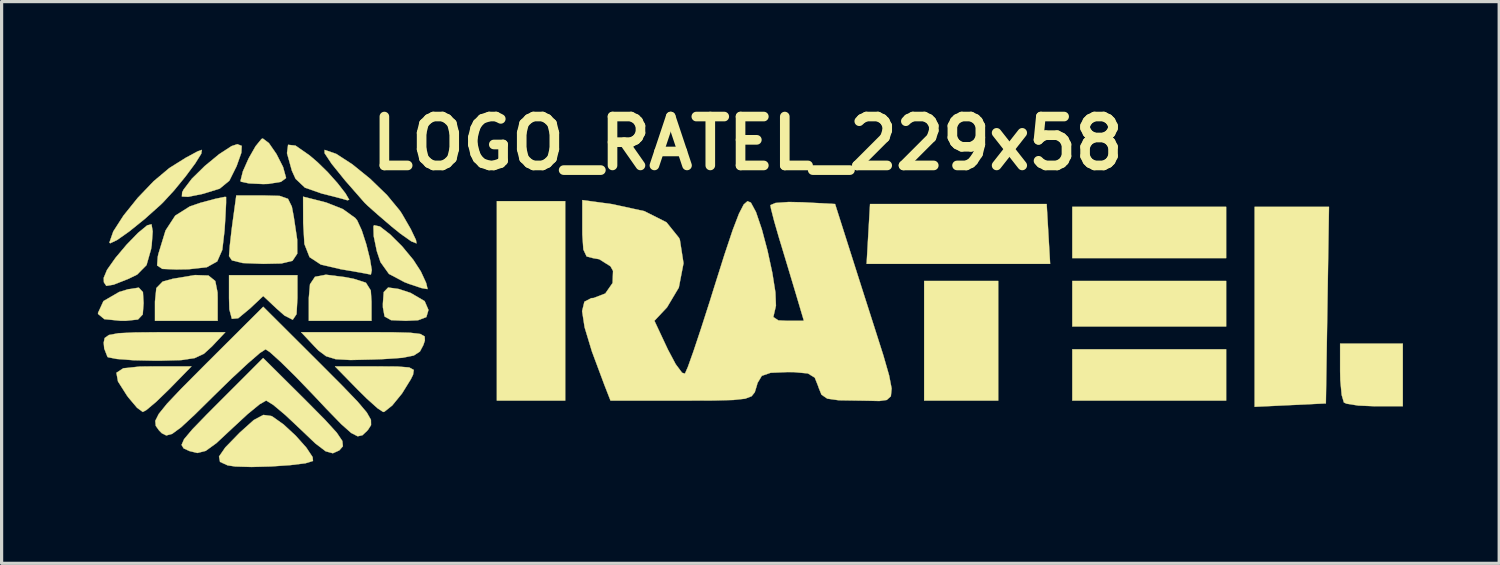
<source format=kicad_pcb>
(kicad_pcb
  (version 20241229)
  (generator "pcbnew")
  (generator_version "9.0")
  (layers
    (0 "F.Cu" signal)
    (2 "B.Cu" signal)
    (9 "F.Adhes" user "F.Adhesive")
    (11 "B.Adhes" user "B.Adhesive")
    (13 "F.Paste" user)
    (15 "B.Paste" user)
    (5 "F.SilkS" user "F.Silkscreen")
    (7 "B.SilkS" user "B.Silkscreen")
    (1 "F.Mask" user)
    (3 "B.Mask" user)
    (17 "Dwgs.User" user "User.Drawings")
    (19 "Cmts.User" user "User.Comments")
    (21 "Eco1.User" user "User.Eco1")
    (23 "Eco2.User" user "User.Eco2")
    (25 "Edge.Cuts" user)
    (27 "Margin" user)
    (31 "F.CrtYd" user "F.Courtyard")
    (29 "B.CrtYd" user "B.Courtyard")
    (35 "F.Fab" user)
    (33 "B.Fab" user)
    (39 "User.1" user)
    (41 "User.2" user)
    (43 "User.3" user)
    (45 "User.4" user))
  (footprint "LOGO_RATEL_229x58"
    (layer "F.Cu")
    (at 20.254 6.418)
    (property "Reference" "LOGO_RATEL_229x58" (at 0 -5 0) (layer "F.SilkS") (effects (font (size 1.524 1.524) (thickness 0.3))))
    (attr through_hole)
    (fp_poly (pts (xy -5.684 3.02) (xy -7.815 3.02) (xy -7.815 -3.197) (xy -5.684 -3.197) (xy -5.684 3.02)) (stroke (width 0.01) (type solid)) (fill yes) (layer "F.SilkS"))
    (fp_poly (pts (xy 7.815 3.02) (xy 5.506 3.02) (xy 5.506 -0.71) (xy 7.815 -0.71) (xy 7.815 3.02)) (stroke (width 0.01) (type solid)) (fill yes) (layer "F.SilkS"))
    (fp_poly (pts (xy 14.92 -1.421) (xy 10.124 -1.421) (xy 10.124 -3.02) (xy 14.92 -3.02) (xy 14.92 -1.421)) (stroke (width 0.01) (type solid)) (fill yes) (layer "F.SilkS"))
    (fp_poly (pts (xy 14.92 0.71) (xy 10.124 0.71) (xy 10.124 -0.71) (xy 14.92 -0.71) (xy 14.92 0.71)) (stroke (width 0.01) (type solid)) (fill yes) (layer "F.SilkS"))
    (fp_poly (pts (xy 14.92 3.02) (xy 10.124 3.02) (xy 10.124 1.421) (xy 14.92 1.421) (xy 14.92 3.02)) (stroke (width 0.01) (type solid)) (fill yes) (layer "F.SilkS"))
    (fp_poly (pts (xy 18.029 3.108) (xy 16.919 3.161) (xy 15.808 3.214) (xy 15.808 -3.02) (xy 18.126 -3.02) (xy 18.029 3.108)) (stroke (width 0.01) (type solid)) (fill yes) (layer "F.SilkS"))
    (fp_poly (pts (xy 9.379 -2.176) (xy 9.433 -1.243) (xy 3.712 -1.243) (xy 3.765 -2.176) (xy 3.819 -3.108) (xy 9.325 -3.108) (xy 9.379 -2.176)) (stroke (width 0.01) (type solid)) (fill yes) (layer "F.SilkS"))
    (fp_poly (pts (xy 20.427 3.197) (xy 19.568 3.197) (xy 19.042 3.175) (xy 18.675 3.117) (xy 18.591 3.079) (xy 18.522 2.845) (xy 18.479 2.385) (xy 18.473 2.102) (xy 18.473 1.243) (xy 20.427 1.243) (xy 20.427 3.197)) (stroke (width 0.01) (type solid)) (fill yes) (layer "F.SilkS"))
    (fp_poly (pts (xy -16.805 -0.879) (xy -16.593 -0.707) (xy -16.522 -0.35) (xy -16.519 -0.178) (xy -16.519 0.533) (xy -18.473 0.533) (xy -18.473 -0.067) (xy -18.43 -0.488) (xy -18.233 -0.69) (xy -17.918 -0.777) (xy -17.224 -0.893) (xy -16.805 -0.879)) (stroke (width 0.01) (type solid)) (fill yes) (layer "F.SilkS"))
    (fp_poly (pts (xy -12.553 -0.83) (xy -12.278 -0.777) (xy -11.896 -0.654) (xy -11.745 -0.412) (xy -11.723 -0.067) (xy -11.723 0.533) (xy -13.677 0.533) (xy -13.677 -0.178) (xy -13.64 -0.606) (xy -13.485 -0.839) (xy -13.144 -0.904) (xy -12.553 -0.83)) (stroke (width 0.01) (type solid)) (fill yes) (layer "F.SilkS"))
    (fp_poly (pts (xy -18.848 -0.361) (xy -18.828 -0.019) (xy -18.854 0.335) (xy -19.002 0.492) (xy -19.371 0.532) (xy -19.538 0.533) (xy -20.052 0.481) (xy -20.246 0.32) (xy -20.249 0.288) (xy -20.079 -0.082) (xy -19.589 -0.366) (xy -19.315 -0.449) (xy -18.977 -0.501) (xy -18.848 -0.361)) (stroke (width 0.01) (type solid)) (fill yes) (layer "F.SilkS"))
    (fp_poly (pts (xy -18.029 2.664) (xy -18.431 3.054) (xy -18.738 3.312) (xy -18.852 3.375) (xy -19.031 3.244) (xy -19.302 2.923) (xy -19.349 2.859) (xy -19.626 2.423) (xy -19.675 2.153) (xy -19.46 2.012) (xy -18.946 1.959) (xy -18.525 1.954) (xy -17.335 1.954) (xy -18.029 2.664)) (stroke (width 0.01) (type solid)) (fill yes) (layer "F.SilkS"))
    (fp_poly (pts (xy -14.032 -0.178) (xy -14.06 0.325) (xy -14.177 0.5) (xy -14.434 0.37) (xy -14.687 0.147) (xy -15.098 -0.24) (xy -15.509 0.147) (xy -15.878 0.453) (xy -16.076 0.471) (xy -16.154 0.176) (xy -16.164 -0.178) (xy -16.164 -0.888) (xy -14.032 -0.888) (xy -14.032 -0.178)) (stroke (width 0.01) (type solid)) (fill yes) (layer "F.SilkS"))
    (fp_poly (pts (xy -10.876 -0.459) (xy -10.506 -0.338) (xy -10.066 -0.081) (xy -9.947 0.195) (xy -10.013 0.417) (xy -10.272 0.515) (xy -10.657 0.533) (xy -11.113 0.512) (xy -11.315 0.398) (xy -11.367 0.114) (xy -11.368 0) (xy -11.341 -0.363) (xy -11.204 -0.505) (xy -10.876 -0.459)) (stroke (width 0.01) (type solid)) (fill yes) (layer "F.SilkS"))
    (fp_poly (pts (xy -10.915 1.958) (xy -10.546 1.987) (xy -10.405 2.064) (xy -10.427 2.213) (xy -10.496 2.353) (xy -10.772 2.799) (xy -11.077 3.173) (xy -11.321 3.367) (xy -11.359 3.375) (xy -11.536 3.258) (xy -11.872 2.956) (xy -12.167 2.664) (xy -12.861 1.954) (xy -11.575 1.954) (xy -10.915 1.958)) (stroke (width 0.01) (type solid)) (fill yes) (layer "F.SilkS"))
    (fp_poly (pts (xy -15.769 -4.921) (xy -15.78 -4.707) (xy -15.928 -4.289) (xy -16.153 -3.836) (xy -16.455 -3.587) (xy -16.972 -3.427) (xy -17.439 -3.332) (xy -17.634 -3.342) (xy -17.625 -3.472) (xy -17.583 -3.555) (xy -17.324 -3.896) (xy -16.919 -4.294) (xy -16.471 -4.663) (xy -16.084 -4.914) (xy -15.905 -4.973) (xy -15.769 -4.921)) (stroke (width 0.01) (type solid)) (fill yes) (layer "F.SilkS"))
    (fp_poly (pts (xy -18.544 -2.255) (xy -18.575 -1.827) (xy -18.594 -1.702) (xy -18.736 -1.204) (xy -19.027 -0.909) (xy -19.293 -0.779) (xy -19.761 -0.594) (xy -19.99 -0.556) (xy -20.065 -0.668) (xy -20.071 -0.806) (xy -19.967 -1.056) (xy -19.704 -1.429) (xy -19.358 -1.84) (xy -19.003 -2.206) (xy -18.717 -2.442) (xy -18.581 -2.476) (xy -18.544 -2.255)) (stroke (width 0.01) (type solid)) (fill yes) (layer "F.SilkS"))
    (fp_poly (pts (xy -14.921 -5.007) (xy -14.685 -4.666) (xy -14.48 -4.262) (xy -14.388 -3.93) (xy -14.387 -3.917) (xy -14.545 -3.8) (xy -14.939 -3.735) (xy -15.098 -3.73) (xy -15.543 -3.751) (xy -15.79 -3.803) (xy -15.808 -3.825) (xy -15.733 -4.125) (xy -15.552 -4.532) (xy -15.335 -4.912) (xy -15.152 -5.135) (xy -15.112 -5.151) (xy -14.921 -5.007)) (stroke (width 0.01) (type solid)) (fill yes) (layer "F.SilkS"))
    (fp_poly (pts (xy -14.092 -4.929) (xy -13.653 -4.623) (xy -13.41 -4.416) (xy -13.09 -4.104) (xy -12.778 -3.754) (xy -12.534 -3.44) (xy -12.418 -3.242) (xy -12.472 -3.224) (xy -12.659 -3.278) (xy -13.07 -3.384) (xy -13.271 -3.434) (xy -13.798 -3.618) (xy -14.09 -3.894) (xy -14.204 -4.145) (xy -14.357 -4.694) (xy -14.323 -4.954) (xy -14.092 -4.929)) (stroke (width 0.01) (type solid)) (fill yes) (layer "F.SilkS"))
    (fp_poly (pts (xy -14.587 -3.361) (xy -14.326 -3.27) (xy -14.206 -3.027) (xy -14.146 -2.709) (xy -14.039 -1.995) (xy -14.037 -1.561) (xy -14.186 -1.338) (xy -14.531 -1.255) (xy -15.098 -1.243) (xy -15.737 -1.268) (xy -16.074 -1.351) (xy -16.164 -1.485) (xy -16.141 -1.799) (xy -16.083 -2.308) (xy -16.051 -2.551) (xy -15.938 -3.375) (xy -15.097 -3.375) (xy -14.587 -3.361)) (stroke (width 0.01) (type solid)) (fill yes) (layer "F.SilkS"))
    (fp_poly (pts (xy -11.461 -2.408) (xy -11.143 -2.162) (xy -10.768 -1.789) (xy -10.417 -1.365) (xy -10.184 -1.005) (xy -10.019 -0.647) (xy -9.975 -0.46) (xy -9.978 -0.456) (xy -10.163 -0.488) (xy -10.554 -0.618) (xy -10.701 -0.675) (xy -11.179 -0.929) (xy -11.443 -1.298) (xy -11.557 -1.64) (xy -11.653 -2.104) (xy -11.662 -2.406) (xy -11.644 -2.447) (xy -11.461 -2.408)) (stroke (width 0.01) (type solid)) (fill yes) (layer "F.SilkS"))
    (fp_poly (pts (xy -13.132 -3.154) (xy -12.614 -2.949) (xy -12.227 -2.67) (xy -12.168 -2.595) (xy -12.027 -2.288) (xy -11.885 -1.851) (xy -11.772 -1.4) (xy -11.714 -1.047) (xy -11.742 -0.908) (xy -11.748 -0.909) (xy -11.945 -0.948) (xy -12.377 -1.024) (xy -12.683 -1.076) (xy -13.301 -1.22) (xy -13.654 -1.452) (xy -13.814 -1.86) (xy -13.852 -2.512) (xy -13.855 -3.337) (xy -13.132 -3.154)) (stroke (width 0.01) (type solid)) (fill yes) (layer "F.SilkS"))
    (fp_poly (pts (xy -11.079 0.89) (xy -10.518 0.905) (xy -10.199 0.944) (xy -10.065 1.021) (xy -10.059 1.147) (xy -10.106 1.288) (xy -10.213 1.49) (xy -10.405 1.615) (xy -10.762 1.686) (xy -11.364 1.727) (xy -11.661 1.738) (xy -12.379 1.755) (xy -12.839 1.729) (xy -13.138 1.637) (xy -13.375 1.46) (xy -13.493 1.339) (xy -13.916 0.888) (xy -11.937 0.888) (xy -11.079 0.89)) (stroke (width 0.01) (type solid)) (fill yes) (layer "F.SilkS"))
    (fp_poly (pts (xy -16.697 1.332) (xy -16.948 1.561) (xy -17.235 1.695) (xy -17.656 1.758) (xy -18.312 1.776) (xy -18.474 1.776) (xy -19.138 1.762) (xy -19.658 1.723) (xy -19.936 1.669) (xy -19.953 1.658) (xy -20.055 1.397) (xy -20.071 1.214) (xy -20.041 1.069) (xy -19.908 0.975) (xy -19.612 0.92) (xy -19.09 0.895) (xy -18.282 0.888) (xy -18.175 0.888) (xy -16.279 0.888) (xy -16.697 1.332)) (stroke (width 0.01) (type solid)) (fill yes) (layer "F.SilkS"))
    (fp_poly (pts (xy -16.256 -3.328) (xy -16.256 -3.143) (xy -16.277 -2.709) (xy -16.304 -2.281) (xy -16.374 -1.679) (xy -16.533 -1.318) (xy -16.858 -1.137) (xy -17.425 -1.074) (xy -17.81 -1.068) (xy -18.242 -1.085) (xy -18.406 -1.192) (xy -18.386 -1.463) (xy -18.366 -1.554) (xy -18.143 -2.283) (xy -17.841 -2.746) (xy -17.386 -3.033) (xy -17.064 -3.143) (xy -16.595 -3.269) (xy -16.302 -3.33) (xy -16.256 -3.328)) (stroke (width 0.01) (type solid)) (fill yes) (layer "F.SilkS"))
    (fp_poly (pts (xy -12.825 -4.672) (xy -12.324 -4.348) (xy -11.767 -3.897) (xy -11.242 -3.389) (xy -10.835 -2.897) (xy -10.769 -2.795) (xy -10.497 -2.323) (xy -10.337 -1.987) (xy -10.319 -1.88) (xy -10.482 -1.945) (xy -10.824 -2.186) (xy -11.101 -2.41) (xy -11.529 -2.777) (xy -11.844 -3.057) (xy -11.937 -3.147) (xy -12.543 -3.839) (xy -12.967 -4.364) (xy -13.185 -4.693) (xy -13.185 -4.796) (xy -12.825 -4.672)) (stroke (width 0.01) (type solid)) (fill yes) (layer "F.SilkS"))
    (fp_poly (pts (xy -17.03 -4.676) (xy -17.221 -4.37) (xy -17.525 -3.961) (xy -17.879 -3.529) (xy -18.223 -3.156) (xy -18.295 -3.086) (xy -18.799 -2.636) (xy -19.275 -2.253) (xy -19.655 -1.985) (xy -19.869 -1.884) (xy -19.894 -1.905) (xy -19.772 -2.254) (xy -19.454 -2.748) (xy -19.011 -3.299) (xy -18.515 -3.818) (xy -18.038 -4.219) (xy -17.988 -4.253) (xy -17.508 -4.553) (xy -17.142 -4.75) (xy -17.011 -4.796) (xy -17.03 -4.676)) (stroke (width 0.01) (type solid)) (fill yes) (layer "F.SilkS"))
    (fp_poly (pts (xy -14.848 3.5) (xy -14.807 3.52) (xy -14.46 3.767) (xy -14.082 4.118) (xy -13.755 4.485) (xy -13.559 4.78) (xy -13.547 4.902) (xy -13.781 4.974) (xy -14.255 5.032) (xy -14.853 5.073) (xy -15.462 5.089) (xy -15.965 5.075) (xy -16.208 5.039) (xy -16.445 4.931) (xy -16.476 4.764) (xy -16.281 4.481) (xy -15.837 4.025) (xy -15.828 4.016) (xy -15.392 3.625) (xy -15.094 3.467) (xy -14.848 3.5)) (stroke (width 0.01) (type solid)) (fill yes) (layer "F.SilkS"))
    (fp_poly (pts (xy -13.763 3.022) (xy -13.173 3.618) (xy -12.807 4.019) (xy -12.632 4.278) (xy -12.615 4.444) (xy -12.722 4.567) (xy -12.733 4.575) (xy -12.927 4.662) (xy -13.151 4.601) (xy -13.476 4.353) (xy -13.941 3.91) (xy -14.408 3.471) (xy -14.787 3.153) (xy -15.002 3.02) (xy -15.009 3.02) (xy -15.211 3.135) (xy -15.583 3.44) (xy -16.046 3.868) (xy -16.069 3.89) (xy -16.56 4.348) (xy -16.892 4.588) (xy -17.15 4.653) (xy -17.398 4.593) (xy -17.579 4.51) (xy -17.644 4.402) (xy -17.565 4.222) (xy -17.31 3.919) (xy -16.851 3.445) (xy -16.467 3.06) (xy -15.101 1.693) (xy -13.763 3.022)) (stroke (width 0.01) (type solid)) (fill yes) (layer "F.SilkS"))
    (fp_poly (pts (xy -13.327 1.86) (xy -12.63 2.559) (xy -12.154 3.054) (xy -11.868 3.393) (xy -11.74 3.62) (xy -11.737 3.783) (xy -11.828 3.926) (xy -11.861 3.964) (xy -12.005 4.1) (xy -12.153 4.133) (xy -12.357 4.028) (xy -12.668 3.752) (xy -13.137 3.269) (xy -13.52 2.862) (xy -14.077 2.283) (xy -14.552 1.815) (xy -14.889 1.511) (xy -15.026 1.421) (xy -15.206 1.539) (xy -15.578 1.861) (xy -16.087 2.334) (xy -16.615 2.849) (xy -17.236 3.461) (xy -17.659 3.853) (xy -17.937 4.057) (xy -18.12 4.107) (xy -18.261 4.036) (xy -18.345 3.951) (xy -18.448 3.808) (xy -18.463 3.652) (xy -18.356 3.438) (xy -18.098 3.118) (xy -17.654 2.649) (xy -16.993 1.984) (xy -16.869 1.86) (xy -15.098 0.095) (xy -13.327 1.86)) (stroke (width 0.01) (type solid)) (fill yes) (layer "F.SilkS"))
    (fp_poly (pts (xy -4.219 -3.104) (xy -3.215 -2.885) (xy -2.527 -2.538) (xy -2.135 -2.051) (xy -2.109 -1.99) (xy -1.996 -1.262) (xy -2.142 -0.504) (xy -2.51 0.114) (xy -2.903 0.532) (xy -2.485 1.424) (xy -2.24 1.885) (xy -2.04 2.153) (xy -1.951 2.179) (xy -1.859 1.969) (xy -1.686 1.483) (xy -1.453 0.784) (xy -1.181 -0.062) (xy -1.062 -0.444) (xy -0.722 -1.521) (xy -0.463 -2.296) (xy -0.267 -2.807) (xy -0.119 -3.094) (xy -0.001 -3.196) (xy 0.104 -3.152) (xy 0.264 -2.856) (xy 0.446 -2.319) (xy 0.624 -1.65) (xy 0.773 -0.959) (xy 0.869 -0.353) (xy 0.885 0.06) (xy 0.869 0.133) (xy 0.804 0.415) (xy 0.961 0.52) (xy 1.238 0.533) (xy 1.757 0.533) (xy 1.506 -0.311) (xy 1.292 -1.025) (xy 1.058 -1.801) (xy 0.984 -2.043) (xy 0.831 -2.572) (xy 0.732 -2.959) (xy 0.712 -3.073) (xy 0.872 -3.141) (xy 1.286 -3.171) (xy 1.72 -3.162) (xy 2.729 -3.108) (xy 3.577 -0.444) (xy 3.954 0.733) (xy 4.234 1.611) (xy 4.413 2.234) (xy 4.492 2.644) (xy 4.468 2.885) (xy 4.341 3) (xy 4.109 3.033) (xy 3.77 3.025) (xy 3.47 3.02) (xy 2.845 3.01) (xy 2.486 2.959) (xy 2.305 2.836) (xy 2.214 2.611) (xy 2.204 2.576) (xy 2.096 2.305) (xy 1.88 2.173) (xy 1.45 2.133) (xy 1.243 2.131) (xy 0.72 2.153) (xy 0.445 2.248) (xy 0.313 2.468) (xy 0.282 2.576) (xy 0.226 2.759) (xy 0.128 2.884) (xy -0.075 2.961) (xy -0.443 3.001) (xy -1.037 3.017) (xy -1.917 3.02) (xy -2.05 3.02) (xy -4.272 3.02) (xy -4.463 2.531) (xy -4.85 1.493) (xy -5.079 0.737) (xy -5.157 0.23) (xy -5.086 -0.062) (xy -4.87 -0.174) (xy -4.802 -0.178) (xy -4.435 -0.318) (xy -4.207 -0.646) (xy -4.193 -1.023) (xy -4.272 -1.166) (xy -4.623 -1.387) (xy -4.818 -1.421) (xy -5.017 -1.474) (xy -5.118 -1.689) (xy -5.15 -2.152) (xy -5.151 -2.326) (xy -5.151 -3.231) (xy -4.219 -3.104)) (stroke (width 0.01) (type solid)) (fill yes) (layer "F.SilkS")))
  (gr_rect
    (start -3 -3)
    (end 43.686 14.512)
    (stroke (width 0.1) (type default))
    (fill no)
    (layer "Edge.Cuts")))
</source>
